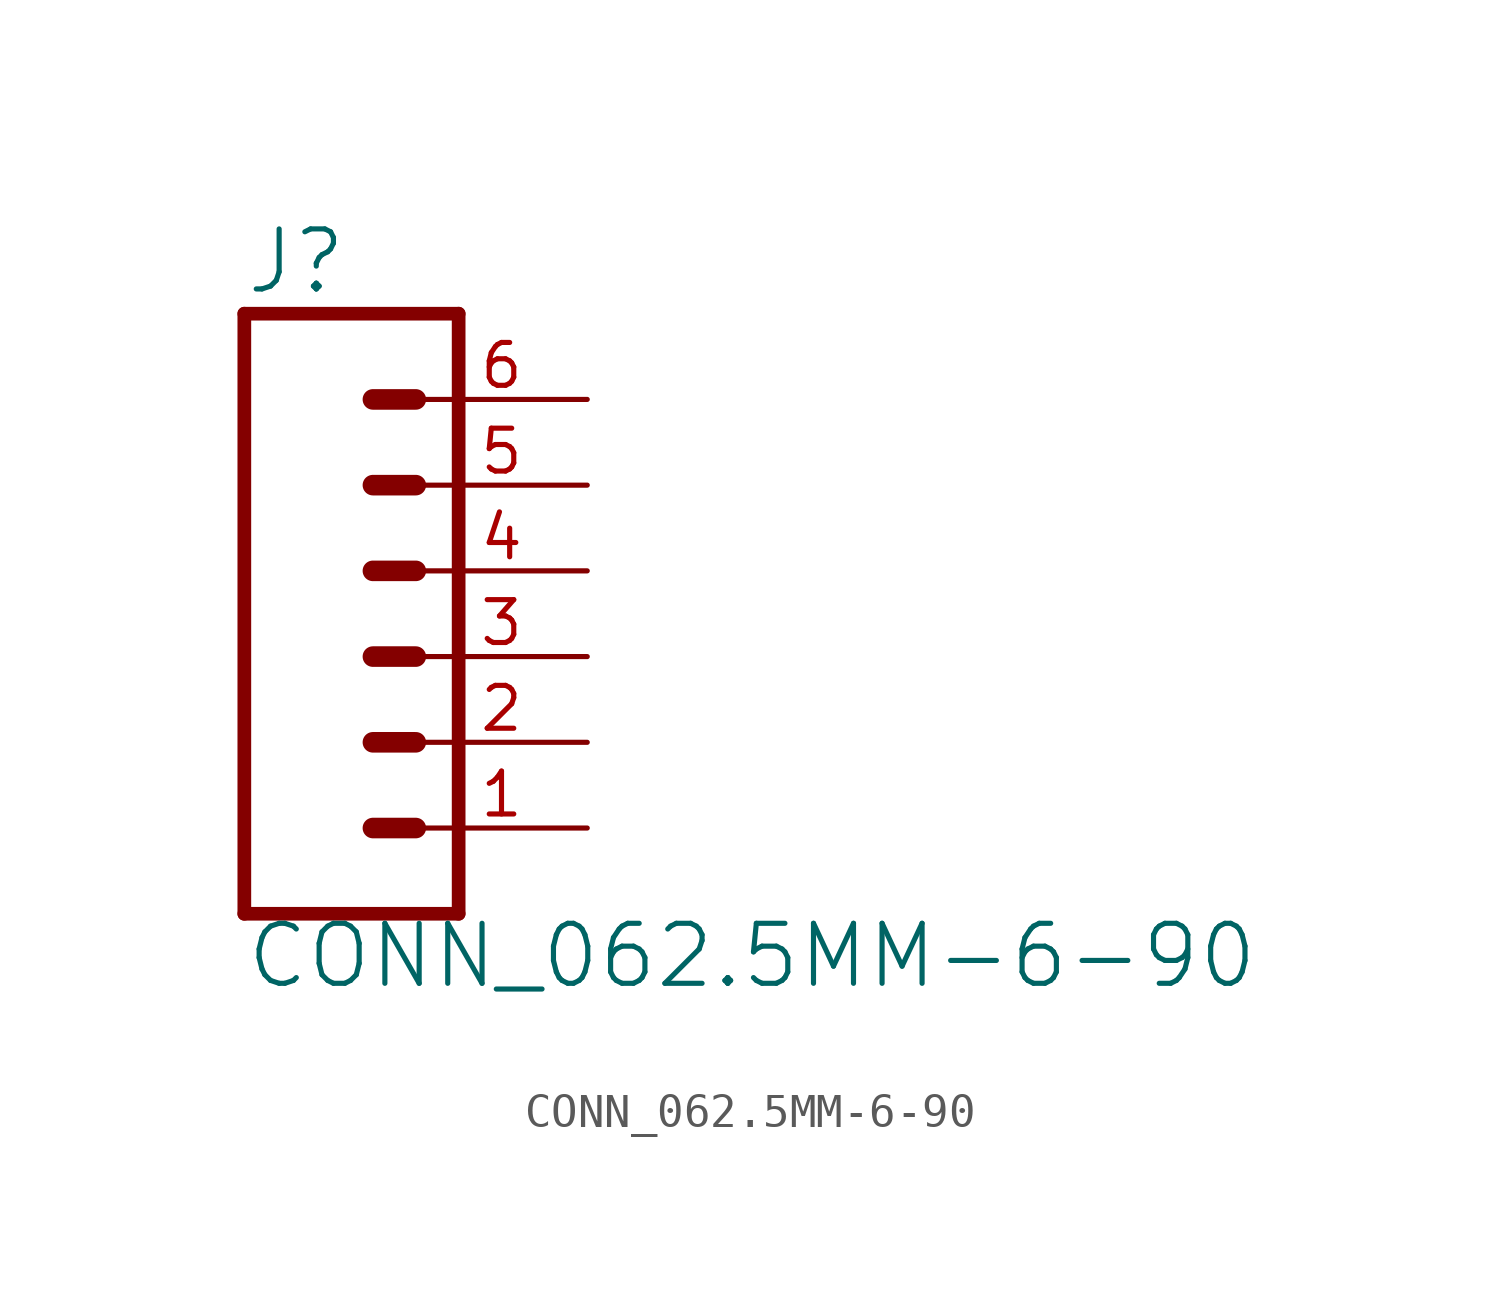
<source format=kicad_sym>
(kicad_symbol_lib
  (version 20211014)
  (generator kicad_symbol_editor)
  (symbol "CONN_062.5MM-6-90"
    (property "Reference" "J"
      (at -5.08 10.668 0)
      (effects (font (size 1.778 1.778)) (justify left bottom)))
    (property "Value" "CONN_062.5MM-6-90"
      (at -5.08 -9.906 0)
      (effects (font (size 1.778 1.778)) (justify left bottom)))
    (property "ki_locked" ""
      (at 0 0 0)
      (effects (font (size 1.27 1.27))))
    (symbol "CONN_062.5MM-6-90_1_0"
      (polyline (pts (xy -5.08 10.16) (xy -5.08 -7.62)) (stroke (width 0.406) (type default) (color 0 0 0 0)) (fill (type none)))
      (polyline (pts (xy -5.08 10.16) (xy 1.27 10.16)) (stroke (width 0.406) (type default) (color 0 0 0 0)) (fill (type none)))
      (polyline (pts (xy -1.27 -5.08) (xy 0 -5.08)) (stroke (width 0.61) (type default) (color 0 0 0 0)) (fill (type none)))
      (polyline (pts (xy -1.27 -2.54) (xy 0 -2.54)) (stroke (width 0.61) (type default) (color 0 0 0 0)) (fill (type none)))
      (polyline (pts (xy -1.27 0) (xy 0 0)) (stroke (width 0.61) (type default) (color 0 0 0 0)) (fill (type none)))
      (polyline (pts (xy -1.27 2.54) (xy 0 2.54)) (stroke (width 0.61) (type default) (color 0 0 0 0)) (fill (type none)))
      (polyline (pts (xy -1.27 5.08) (xy 0 5.08)) (stroke (width 0.61) (type default) (color 0 0 0 0)) (fill (type none)))
      (polyline (pts (xy -1.27 7.62) (xy 0 7.62)) (stroke (width 0.61) (type default) (color 0 0 0 0)) (fill (type none)))
      (polyline (pts (xy 1.27 -7.62) (xy -5.08 -7.62)) (stroke (width 0.406) (type default) (color 0 0 0 0)) (fill (type none)))
      (polyline (pts (xy 1.27 -7.62) (xy 1.27 10.16)) (stroke (width 0.406) (type default) (color 0 0 0 0)) (fill (type none)))
      (pin passive line (at 5.08 -5.08 180) (length 5.08) (name "1" (effects (font (size 0 0)))) (number "1" (effects (font (size 1.27 1.27)))))
      (pin passive line (at 5.08 -2.54 180) (length 5.08) (name "2" (effects (font (size 0 0)))) (number "2" (effects (font (size 1.27 1.27)))))
      (pin passive line (at 5.08 0 180) (length 5.08) (name "3" (effects (font (size 0 0)))) (number "3" (effects (font (size 1.27 1.27)))))
      (pin passive line (at 5.08 2.54 180) (length 5.08) (name "4" (effects (font (size 0 0)))) (number "4" (effects (font (size 1.27 1.27)))))
      (pin passive line (at 5.08 5.08 180) (length 5.08) (name "5" (effects (font (size 0 0)))) (number "5" (effects (font (size 1.27 1.27)))))
      (pin passive line (at 5.08 7.62 180) (length 5.08) (name "6" (effects (font (size 0 0)))) (number "6" (effects (font (size 1.27 1.27))))))))
</source>
